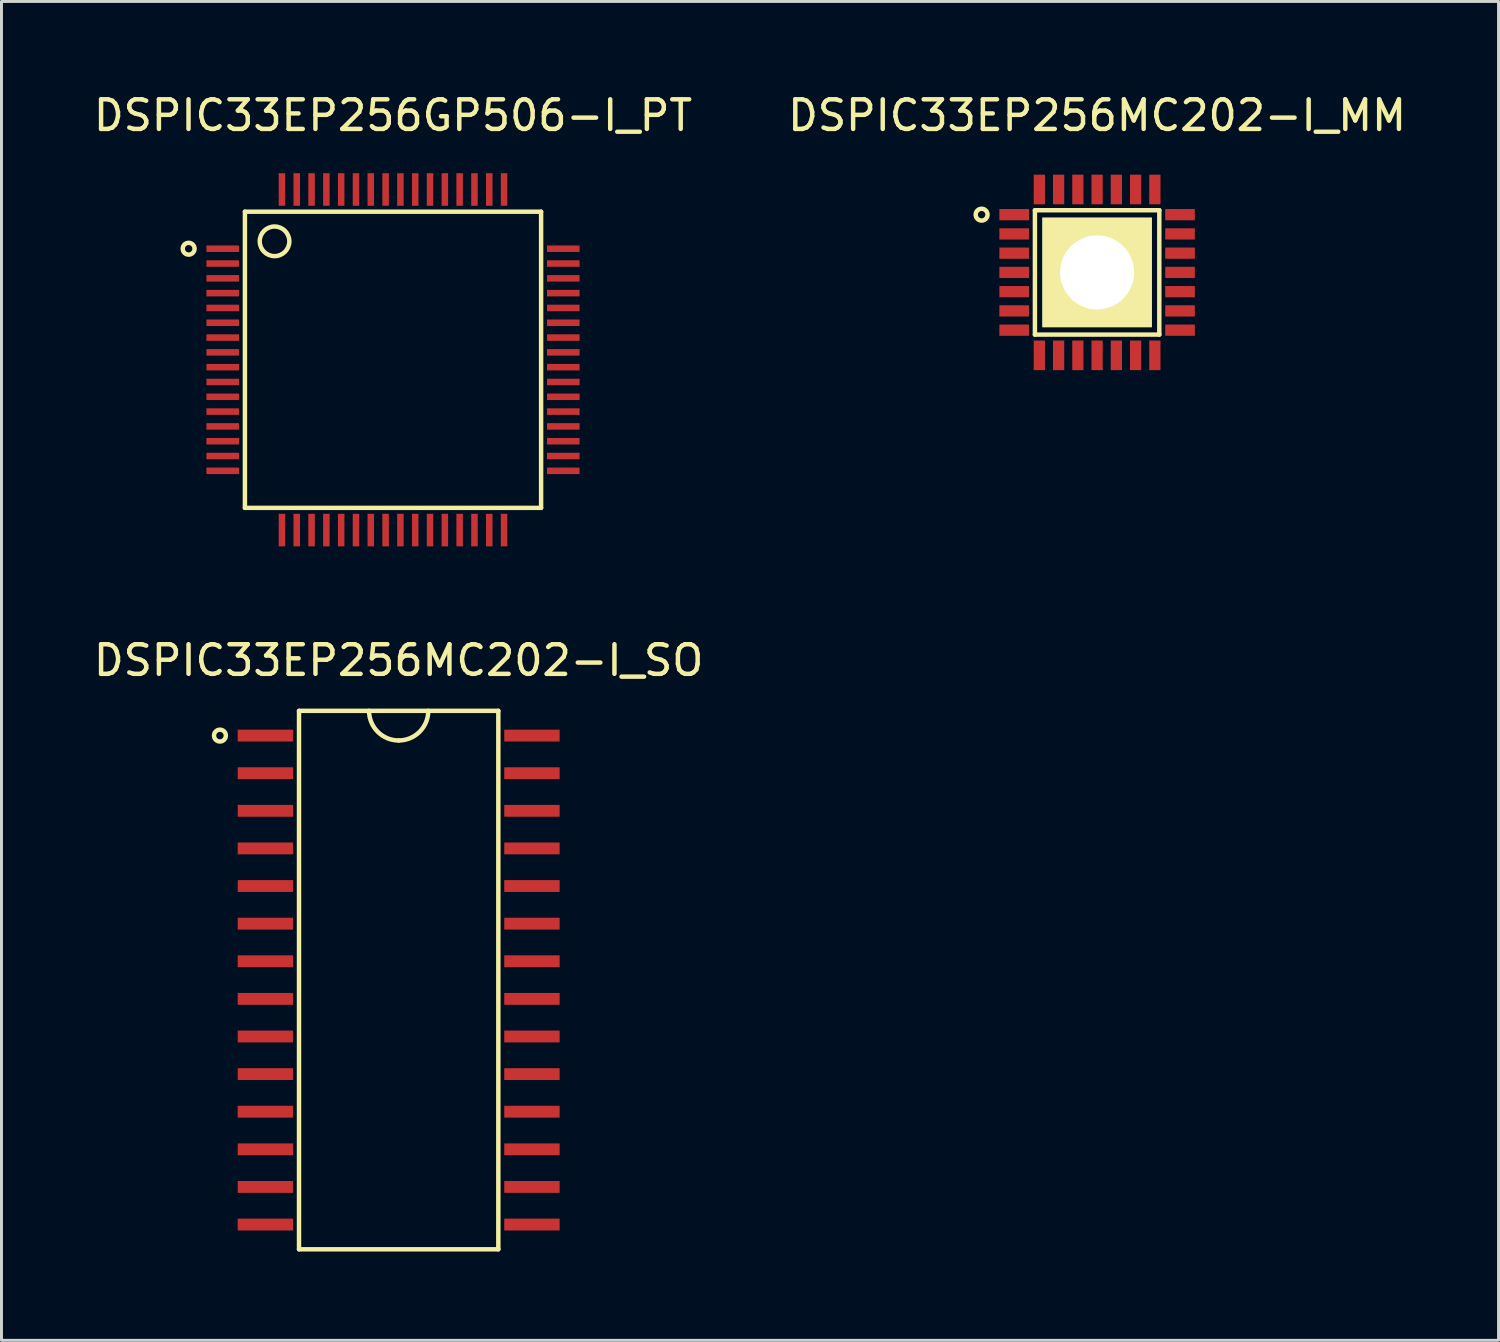
<source format=kicad_pcb>
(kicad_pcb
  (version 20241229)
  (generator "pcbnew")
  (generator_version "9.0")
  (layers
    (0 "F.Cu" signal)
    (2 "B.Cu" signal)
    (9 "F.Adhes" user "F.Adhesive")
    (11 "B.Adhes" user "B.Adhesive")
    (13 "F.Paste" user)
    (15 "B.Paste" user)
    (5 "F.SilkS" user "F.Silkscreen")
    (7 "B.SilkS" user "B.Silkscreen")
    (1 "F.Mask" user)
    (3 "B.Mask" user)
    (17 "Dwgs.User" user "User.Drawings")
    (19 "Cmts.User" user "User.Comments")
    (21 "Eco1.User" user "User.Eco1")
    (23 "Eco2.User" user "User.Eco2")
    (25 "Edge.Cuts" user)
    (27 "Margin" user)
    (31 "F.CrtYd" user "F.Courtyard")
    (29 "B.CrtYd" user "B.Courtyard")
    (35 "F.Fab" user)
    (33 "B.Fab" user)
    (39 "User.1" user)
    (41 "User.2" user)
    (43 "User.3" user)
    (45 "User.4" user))
  (footprint "DSPIC33EP256MC202-I_MM"
    (layer "F.Cu")
    (at 31.194 3.348)
    (property "Reference" "DSPIC33EP256MC202-I_MM" (at 2.8 -2.5 0) (layer "F.SilkS") (effects (font (size 1 1) (thickness 0.15))))
    (attr through_hole)
    (fp_line (start 0.7 0.7) (end 0.7 4.9) (stroke (width 0.15) (type solid)) (layer "F.SilkS"))
    (fp_line (start 0.7 0.7) (end 4.9 0.7) (stroke (width 0.15) (type solid)) (layer "F.SilkS"))
    (fp_line (start 0.7 4.9) (end 4.9 4.9) (stroke (width 0.15) (type solid)) (layer "F.SilkS"))
    (fp_line (start 4.9 4.9) (end 4.9 0.7) (stroke (width 0.15) (type solid)) (layer "F.SilkS"))
    (fp_circle (center -1.1 0.85) (end -1.1 0.65) (stroke (width 0.15) (type solid)) (fill no) (layer "F.SilkS"))
    (fp_circle (center 1.7 1.7) (end 1.7 1.2) (stroke (width 0.15) (type solid)) (fill no) (layer "F.SilkS"))
    (pad "1" smd rect (at 0 0.85) (size 1 0.38) (layers "F.Cu" "F.Mask" "F.Paste"))
    (pad "2" smd rect (at 0 1.5) (size 1 0.38) (layers "F.Cu" "F.Mask" "F.Paste"))
    (pad "3" smd rect (at 0 2.15) (size 1 0.38) (layers "F.Cu" "F.Mask" "F.Paste"))
    (pad "4" smd rect (at 0 2.8) (size 1 0.38) (layers "F.Cu" "F.Mask" "F.Paste"))
    (pad "5" smd rect (at 0 3.45) (size 1 0.38) (layers "F.Cu" "F.Mask" "F.Paste"))
    (pad "6" smd rect (at 0 4.1) (size 1 0.38) (layers "F.Cu" "F.Mask" "F.Paste"))
    (pad "7" smd rect (at 0 4.75) (size 1 0.38) (layers "F.Cu" "F.Mask" "F.Paste"))
    (pad "8" smd rect (at 0.85 5.6) (size 0.38 1) (layers "F.Cu" "F.Mask" "F.Paste"))
    (pad "9" smd rect (at 1.5 5.6) (size 0.38 1) (layers "F.Cu" "F.Mask" "F.Paste"))
    (pad "10" smd rect (at 2.15 5.6) (size 0.38 1) (layers "F.Cu" "F.Mask" "F.Paste"))
    (pad "11" smd rect (at 2.8 5.6) (size 0.38 1) (layers "F.Cu" "F.Mask" "F.Paste"))
    (pad "12" smd rect (at 3.45 5.6) (size 0.38 1) (layers "F.Cu" "F.Mask" "F.Paste"))
    (pad "13" smd rect (at 4.1 5.6) (size 0.38 1) (layers "F.Cu" "F.Mask" "F.Paste"))
    (pad "14" smd rect (at 4.75 5.6) (size 0.38 1) (layers "F.Cu" "F.Mask" "F.Paste"))
    (pad "15" smd rect (at 5.6 4.75) (size 1 0.38) (layers "F.Cu" "F.Mask" "F.Paste"))
    (pad "16" smd rect (at 5.6 4.1) (size 1 0.38) (layers "F.Cu" "F.Mask" "F.Paste"))
    (pad "17" smd rect (at 5.6 3.45) (size 1 0.38) (layers "F.Cu" "F.Mask" "F.Paste"))
    (pad "18" smd rect (at 5.6 2.8) (size 1 0.38) (layers "F.Cu" "F.Mask" "F.Paste"))
    (pad "19" smd rect (at 5.6 2.15) (size 1 0.38) (layers "F.Cu" "F.Mask" "F.Paste"))
    (pad "20" smd rect (at 5.6 1.5) (size 1 0.38) (layers "F.Cu" "F.Mask" "F.Paste"))
    (pad "21" smd rect (at 5.6 0.85) (size 1 0.38) (layers "F.Cu" "F.Mask" "F.Paste"))
    (pad "22" smd rect (at 4.75 0) (size 0.38 1) (layers "F.Cu" "F.Mask" "F.Paste"))
    (pad "23" smd rect (at 4.1 0) (size 0.38 1) (layers "F.Cu" "F.Mask" "F.Paste"))
    (pad "24" smd rect (at 3.45 0) (size 0.38 1) (layers "F.Cu" "F.Mask" "F.Paste"))
    (pad "25" smd rect (at 2.8 0) (size 0.38 1) (layers "F.Cu" "F.Mask" "F.Paste"))
    (pad "26" smd rect (at 2.15 0) (size 0.38 1) (layers "F.Cu" "F.Mask" "F.Paste"))
    (pad "27" smd rect (at 1.5 0) (size 0.38 1) (layers "F.Cu" "F.Mask" "F.Paste"))
    (pad "28" smd rect (at 0.85 0) (size 0.38 1) (layers "F.Cu" "F.Mask" "F.Paste"))
    (pad "999" thru_hole rect (at 2.8 2.8) (size 3.7 3.7) (drill 2.5) (layers "*.Cu" "*.Mask" "F.SilkS")))
  (footprint "DSPIC33EP256GP506-I_PT"
    (layer "F.Cu")
    (at 4.47 3.348)
    (property "Reference" "DSPIC33EP256GP506-I_PT" (at 5.75 -2.5 0) (layer "F.SilkS") (effects (font (size 1 1) (thickness 0.15))))
    (attr through_hole)
    (fp_line (start 0.75 0.75) (end 0.75 10.75) (stroke (width 0.15) (type solid)) (layer "F.SilkS"))
    (fp_line (start 0.75 0.75) (end 10.75 0.75) (stroke (width 0.15) (type solid)) (layer "F.SilkS"))
    (fp_line (start 0.75 10.75) (end 10.75 10.75) (stroke (width 0.15) (type solid)) (layer "F.SilkS"))
    (fp_line (start 10.75 10.75) (end 10.75 0.75) (stroke (width 0.15) (type solid)) (layer "F.SilkS"))
    (fp_circle (center -1.15 2) (end -1.15 1.8) (stroke (width 0.15) (type solid)) (fill no) (layer "F.SilkS"))
    (fp_circle (center 1.75 1.75) (end 1.75 1.25) (stroke (width 0.15) (type solid)) (fill no) (layer "F.SilkS"))
    (pad "1" smd rect (at 0 2) (size 1.1 0.22) (layers "F.Cu" "F.Mask" "F.Paste"))
    (pad "2" smd rect (at 0 2.5) (size 1.1 0.22) (layers "F.Cu" "F.Mask" "F.Paste"))
    (pad "3" smd rect (at 0 3) (size 1.1 0.22) (layers "F.Cu" "F.Mask" "F.Paste"))
    (pad "4" smd rect (at 0 3.5) (size 1.1 0.22) (layers "F.Cu" "F.Mask" "F.Paste"))
    (pad "5" smd rect (at 0 4) (size 1.1 0.22) (layers "F.Cu" "F.Mask" "F.Paste"))
    (pad "6" smd rect (at 0 4.5) (size 1.1 0.22) (layers "F.Cu" "F.Mask" "F.Paste"))
    (pad "7" smd rect (at 0 5) (size 1.1 0.22) (layers "F.Cu" "F.Mask" "F.Paste"))
    (pad "8" smd rect (at 0 5.5) (size 1.1 0.22) (layers "F.Cu" "F.Mask" "F.Paste"))
    (pad "9" smd rect (at 0 6) (size 1.1 0.22) (layers "F.Cu" "F.Mask" "F.Paste"))
    (pad "10" smd rect (at 0 6.5) (size 1.1 0.22) (layers "F.Cu" "F.Mask" "F.Paste"))
    (pad "11" smd rect (at 0 7) (size 1.1 0.22) (layers "F.Cu" "F.Mask" "F.Paste"))
    (pad "12" smd rect (at 0 7.5) (size 1.1 0.22) (layers "F.Cu" "F.Mask" "F.Paste"))
    (pad "13" smd rect (at 0 8) (size 1.1 0.22) (layers "F.Cu" "F.Mask" "F.Paste"))
    (pad "14" smd rect (at 0 8.5) (size 1.1 0.22) (layers "F.Cu" "F.Mask" "F.Paste"))
    (pad "15" smd rect (at 0 9) (size 1.1 0.22) (layers "F.Cu" "F.Mask" "F.Paste"))
    (pad "16" smd rect (at 0 9.5) (size 1.1 0.22) (layers "F.Cu" "F.Mask" "F.Paste"))
    (pad "17" smd rect (at 2 11.5) (size 0.22 1.1) (layers "F.Cu" "F.Mask" "F.Paste"))
    (pad "18" smd rect (at 2.5 11.5) (size 0.22 1.1) (layers "F.Cu" "F.Mask" "F.Paste"))
    (pad "19" smd rect (at 3 11.5) (size 0.22 1.1) (layers "F.Cu" "F.Mask" "F.Paste"))
    (pad "20" smd rect (at 3.5 11.5) (size 0.22 1.1) (layers "F.Cu" "F.Mask" "F.Paste"))
    (pad "21" smd rect (at 4 11.5) (size 0.22 1.1) (layers "F.Cu" "F.Mask" "F.Paste"))
    (pad "22" smd rect (at 4.5 11.5) (size 0.22 1.1) (layers "F.Cu" "F.Mask" "F.Paste"))
    (pad "23" smd rect (at 5 11.5) (size 0.22 1.1) (layers "F.Cu" "F.Mask" "F.Paste"))
    (pad "24" smd rect (at 5.5 11.5) (size 0.22 1.1) (layers "F.Cu" "F.Mask" "F.Paste"))
    (pad "25" smd rect (at 6 11.5) (size 0.22 1.1) (layers "F.Cu" "F.Mask" "F.Paste"))
    (pad "26" smd rect (at 6.5 11.5) (size 0.22 1.1) (layers "F.Cu" "F.Mask" "F.Paste"))
    (pad "27" smd rect (at 7 11.5) (size 0.22 1.1) (layers "F.Cu" "F.Mask" "F.Paste"))
    (pad "28" smd rect (at 7.5 11.5) (size 0.22 1.1) (layers "F.Cu" "F.Mask" "F.Paste"))
    (pad "29" smd rect (at 8 11.5) (size 0.22 1.1) (layers "F.Cu" "F.Mask" "F.Paste"))
    (pad "30" smd rect (at 8.5 11.5) (size 0.22 1.1) (layers "F.Cu" "F.Mask" "F.Paste"))
    (pad "31" smd rect (at 9 11.5) (size 0.22 1.1) (layers "F.Cu" "F.Mask" "F.Paste"))
    (pad "32" smd rect (at 9.5 11.5) (size 0.22 1.1) (layers "F.Cu" "F.Mask" "F.Paste"))
    (pad "33" smd rect (at 11.5 9.5) (size 1.1 0.22) (layers "F.Cu" "F.Mask" "F.Paste"))
    (pad "34" smd rect (at 11.5 9) (size 1.1 0.22) (layers "F.Cu" "F.Mask" "F.Paste"))
    (pad "35" smd rect (at 11.5 8.5) (size 1.1 0.22) (layers "F.Cu" "F.Mask" "F.Paste"))
    (pad "36" smd rect (at 11.5 8) (size 1.1 0.22) (layers "F.Cu" "F.Mask" "F.Paste"))
    (pad "37" smd rect (at 11.5 7.5) (size 1.1 0.22) (layers "F.Cu" "F.Mask" "F.Paste"))
    (pad "38" smd rect (at 11.5 7) (size 1.1 0.22) (layers "F.Cu" "F.Mask" "F.Paste"))
    (pad "39" smd rect (at 11.5 6.5) (size 1.1 0.22) (layers "F.Cu" "F.Mask" "F.Paste"))
    (pad "40" smd rect (at 11.5 6) (size 1.1 0.22) (layers "F.Cu" "F.Mask" "F.Paste"))
    (pad "41" smd rect (at 11.5 5.5) (size 1.1 0.22) (layers "F.Cu" "F.Mask" "F.Paste"))
    (pad "42" smd rect (at 11.5 5) (size 1.1 0.22) (layers "F.Cu" "F.Mask" "F.Paste"))
    (pad "43" smd rect (at 11.5 4.5) (size 1.1 0.22) (layers "F.Cu" "F.Mask" "F.Paste"))
    (pad "44" smd rect (at 11.5 4) (size 1.1 0.22) (layers "F.Cu" "F.Mask" "F.Paste"))
    (pad "45" smd rect (at 11.5 3.5) (size 1.1 0.22) (layers "F.Cu" "F.Mask" "F.Paste"))
    (pad "46" smd rect (at 11.5 3) (size 1.1 0.22) (layers "F.Cu" "F.Mask" "F.Paste"))
    (pad "47" smd rect (at 11.5 2.5) (size 1.1 0.22) (layers "F.Cu" "F.Mask" "F.Paste"))
    (pad "48" smd rect (at 11.5 2) (size 1.1 0.22) (layers "F.Cu" "F.Mask" "F.Paste"))
    (pad "49" smd rect (at 9.5 0) (size 0.22 1.1) (layers "F.Cu" "F.Mask" "F.Paste"))
    (pad "50" smd rect (at 9 0) (size 0.22 1.1) (layers "F.Cu" "F.Mask" "F.Paste"))
    (pad "51" smd rect (at 8.5 0) (size 0.22 1.1) (layers "F.Cu" "F.Mask" "F.Paste"))
    (pad "52" smd rect (at 8 0) (size 0.22 1.1) (layers "F.Cu" "F.Mask" "F.Paste"))
    (pad "53" smd rect (at 7.5 0) (size 0.22 1.1) (layers "F.Cu" "F.Mask" "F.Paste"))
    (pad "54" smd rect (at 7 0) (size 0.22 1.1) (layers "F.Cu" "F.Mask" "F.Paste"))
    (pad "55" smd rect (at 6.5 0) (size 0.22 1.1) (layers "F.Cu" "F.Mask" "F.Paste"))
    (pad "56" smd rect (at 6 0) (size 0.22 1.1) (layers "F.Cu" "F.Mask" "F.Paste"))
    (pad "57" smd rect (at 5.5 0) (size 0.22 1.1) (layers "F.Cu" "F.Mask" "F.Paste"))
    (pad "58" smd rect (at 5 0) (size 0.22 1.1) (layers "F.Cu" "F.Mask" "F.Paste"))
    (pad "59" smd rect (at 4.5 0) (size 0.22 1.1) (layers "F.Cu" "F.Mask" "F.Paste"))
    (pad "60" smd rect (at 4 0) (size 0.22 1.1) (layers "F.Cu" "F.Mask" "F.Paste"))
    (pad "61" smd rect (at 3.5 0) (size 0.22 1.1) (layers "F.Cu" "F.Mask" "F.Paste"))
    (pad "62" smd rect (at 3 0) (size 0.22 1.1) (layers "F.Cu" "F.Mask" "F.Paste"))
    (pad "63" smd rect (at 2.5 0) (size 0.22 1.1) (layers "F.Cu" "F.Mask" "F.Paste"))
    (pad "64" smd rect (at 2 0) (size 0.22 1.1) (layers "F.Cu" "F.Mask" "F.Paste")))
  (footprint "DSPIC33EP256MC202-I_SO"
    (layer "F.Cu")
    (at 5.911 21.787)
    (property "Reference" "DSPIC33EP256MC202-I_SO" (at 4.5 -2.54 0) (layer "F.SilkS") (effects (font (size 1 1) (thickness 0.15))))
    (attr through_hole)
    (fp_line (start 1.135 -0.835) (end 7.865 -0.835) (stroke (width 0.15) (type solid)) (layer "F.SilkS"))
    (fp_line (start 1.135 17.345) (end 1.135 -0.835) (stroke (width 0.15) (type solid)) (layer "F.SilkS"))
    (fp_line (start 7.865 -0.835) (end 7.865 17.345) (stroke (width 0.15) (type solid)) (layer "F.SilkS"))
    (fp_line (start 7.865 17.345) (end 1.135 17.345) (stroke (width 0.15) (type solid)) (layer "F.SilkS"))
    (fp_arc (start 4.5 0.165) (mid 3.792893 -0.127893) (end 3.5 -0.835) (stroke (width 0.15) (type solid)) (layer "F.SilkS"))
    (fp_arc (start 5.5 -0.835) (mid 5.207107 -0.127893) (end 4.5 0.165) (stroke (width 0.15) (type solid)) (layer "F.SilkS"))
    (fp_circle (center -1.535 0) (end -1.535 0.2) (stroke (width 0.15) (type solid)) (fill no) (layer "F.SilkS"))
    (pad "1" smd rect (at 0 0) (size 1.87 0.4) (layers "F.Cu" "F.Mask" "F.Paste"))
    (pad "2" smd rect (at 0 1.27) (size 1.87 0.4) (layers "F.Cu" "F.Mask" "F.Paste"))
    (pad "3" smd rect (at 0 2.54) (size 1.87 0.4) (layers "F.Cu" "F.Mask" "F.Paste"))
    (pad "4" smd rect (at 0 3.81) (size 1.87 0.4) (layers "F.Cu" "F.Mask" "F.Paste"))
    (pad "5" smd rect (at 0 5.08) (size 1.87 0.4) (layers "F.Cu" "F.Mask" "F.Paste"))
    (pad "6" smd rect (at 0 6.35) (size 1.87 0.4) (layers "F.Cu" "F.Mask" "F.Paste"))
    (pad "7" smd rect (at 0 7.62) (size 1.87 0.4) (layers "F.Cu" "F.Mask" "F.Paste"))
    (pad "8" smd rect (at 0 8.89) (size 1.87 0.4) (layers "F.Cu" "F.Mask" "F.Paste"))
    (pad "9" smd rect (at 0 10.16) (size 1.87 0.4) (layers "F.Cu" "F.Mask" "F.Paste"))
    (pad "10" smd rect (at 0 11.43) (size 1.87 0.4) (layers "F.Cu" "F.Mask" "F.Paste"))
    (pad "11" smd rect (at 0 12.7) (size 1.87 0.4) (layers "F.Cu" "F.Mask" "F.Paste"))
    (pad "12" smd rect (at 0 13.97) (size 1.87 0.4) (layers "F.Cu" "F.Mask" "F.Paste"))
    (pad "13" smd rect (at 0 15.24) (size 1.87 0.4) (layers "F.Cu" "F.Mask" "F.Paste"))
    (pad "14" smd rect (at 0 16.51) (size 1.87 0.4) (layers "F.Cu" "F.Mask" "F.Paste"))
    (pad "15" smd rect (at 9 16.51) (size 1.87 0.4) (layers "F.Cu" "F.Mask" "F.Paste"))
    (pad "16" smd rect (at 9 15.24) (size 1.87 0.4) (layers "F.Cu" "F.Mask" "F.Paste"))
    (pad "17" smd rect (at 9 13.97) (size 1.87 0.4) (layers "F.Cu" "F.Mask" "F.Paste"))
    (pad "18" smd rect (at 9 12.7) (size 1.87 0.4) (layers "F.Cu" "F.Mask" "F.Paste"))
    (pad "19" smd rect (at 9 11.43) (size 1.87 0.4) (layers "F.Cu" "F.Mask" "F.Paste"))
    (pad "20" smd rect (at 9 10.16) (size 1.87 0.4) (layers "F.Cu" "F.Mask" "F.Paste"))
    (pad "21" smd rect (at 9 8.89) (size 1.87 0.4) (layers "F.Cu" "F.Mask" "F.Paste"))
    (pad "22" smd rect (at 9 7.62) (size 1.87 0.4) (layers "F.Cu" "F.Mask" "F.Paste"))
    (pad "23" smd rect (at 9 6.35) (size 1.87 0.4) (layers "F.Cu" "F.Mask" "F.Paste"))
    (pad "24" smd rect (at 9 5.08) (size 1.87 0.4) (layers "F.Cu" "F.Mask" "F.Paste"))
    (pad "25" smd rect (at 9 3.81) (size 1.87 0.4) (layers "F.Cu" "F.Mask" "F.Paste"))
    (pad "26" smd rect (at 9 2.54) (size 1.87 0.4) (layers "F.Cu" "F.Mask" "F.Paste"))
    (pad "27" smd rect (at 9 1.27) (size 1.87 0.4) (layers "F.Cu" "F.Mask" "F.Paste"))
    (pad "28" smd rect (at 9 0) (size 1.87 0.4) (layers "F.Cu" "F.Mask" "F.Paste")))
  (gr_rect
    (start -3 -3)
    (end 47.548 42.206)
    (stroke (width 0.1) (type default))
    (fill no)
    (layer "Edge.Cuts")))
</source>
